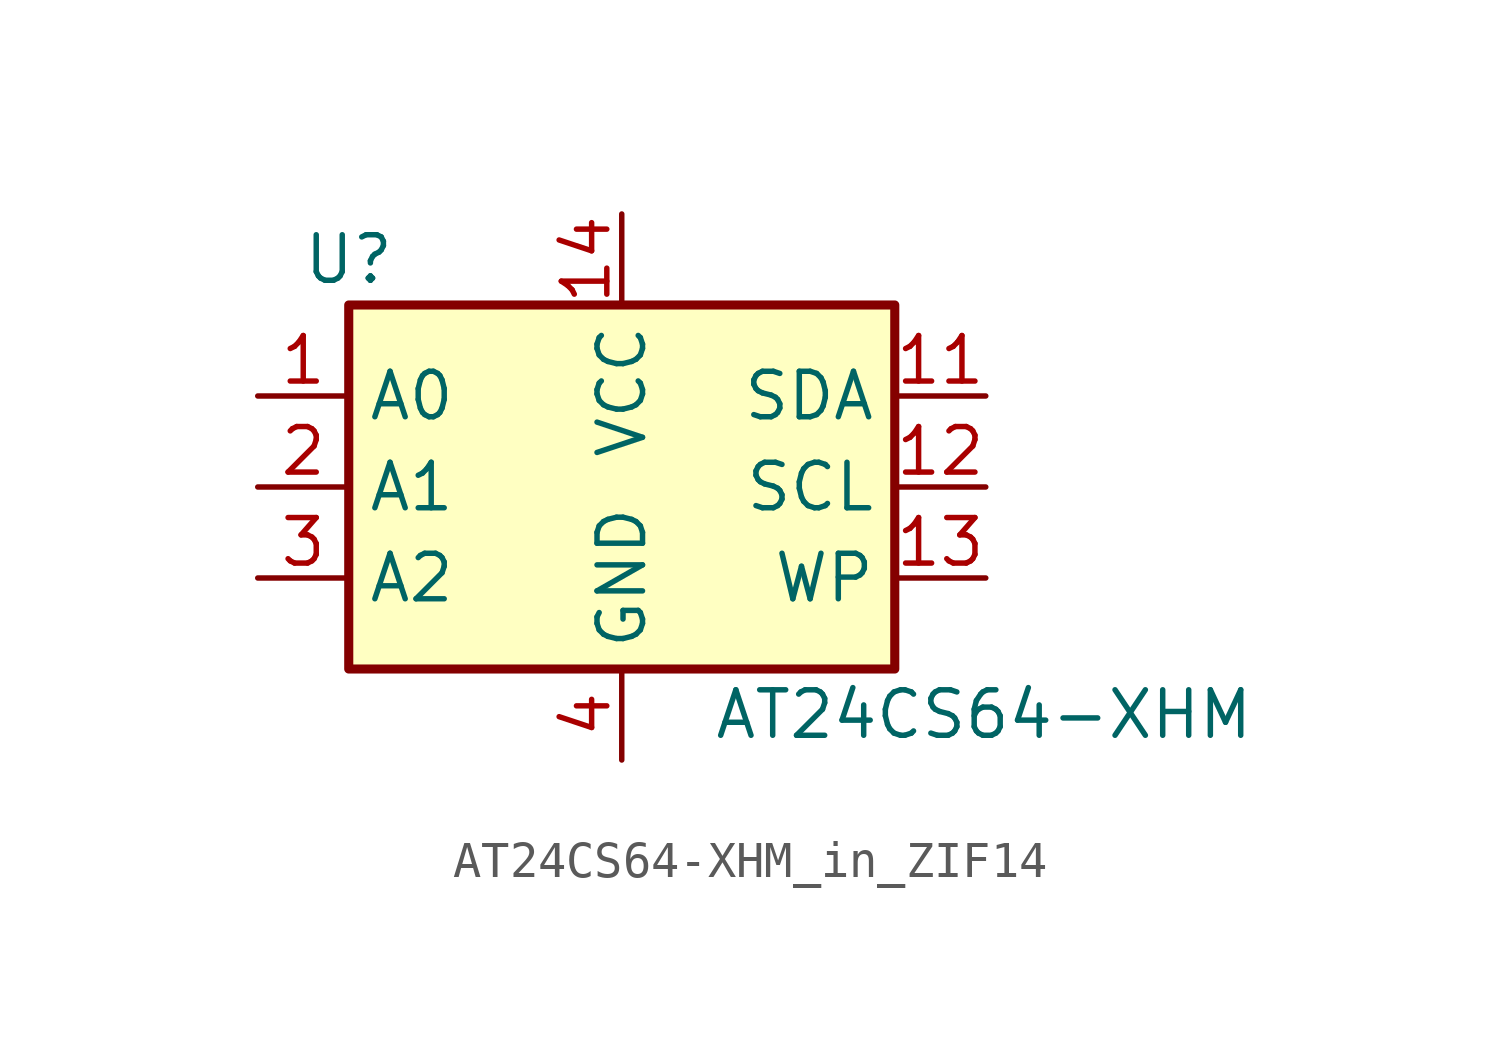
<source format=kicad_sym>
(kicad_symbol_lib
  (version 20220914)
  (generator kicad_symbol_editor)
  (symbol "AT24CS64-XHM_in_ZIF14"
    (property "Reference" "U"
      (at -7.62 6.35 0)
      (effects (font (size 1.27 1.27))))
    (property "Value" "AT24CS64-XHM"
      (at 2.54 -6.35 0)
      (effects (font (size 1.27 1.27)) (justify left)))
    (symbol "AT24CS64-XHM_in_ZIF14_1_1"
      (rectangle (start -7.62 5.08) (end 7.62 -5.08) (stroke (width 0.254) (type default)) (fill (type background)))
      (pin input line (at -10.16 2.54 0) (length 2.54) (name "A0" (effects (font (size 1.27 1.27)))) (number "1" (effects (font (size 1.27 1.27)))))
      (pin bidirectional line (at 10.16 2.54 180) (length 2.54) (name "SDA" (effects (font (size 1.27 1.27)))) (number "11" (effects (font (size 1.27 1.27)))))
      (pin input line (at 10.16 0 180) (length 2.54) (name "SCL" (effects (font (size 1.27 1.27)))) (number "12" (effects (font (size 1.27 1.27)))))
      (pin input line (at 10.16 -2.54 180) (length 2.54) (name "WP" (effects (font (size 1.27 1.27)))) (number "13" (effects (font (size 1.27 1.27)))))
      (pin power_in line (at 0 7.62 270) (length 2.54) (name "VCC" (effects (font (size 1.27 1.27)))) (number "14" (effects (font (size 1.27 1.27)))))
      (pin input line (at -10.16 0 0) (length 2.54) (name "A1" (effects (font (size 1.27 1.27)))) (number "2" (effects (font (size 1.27 1.27)))))
      (pin input line (at -10.16 -2.54 0) (length 2.54) (name "A2" (effects (font (size 1.27 1.27)))) (number "3" (effects (font (size 1.27 1.27)))))
      (pin power_in line (at 0 -7.62 90) (length 2.54) (name "GND" (effects (font (size 1.27 1.27)))) (number "4" (effects (font (size 1.27 1.27))))))))
</source>
